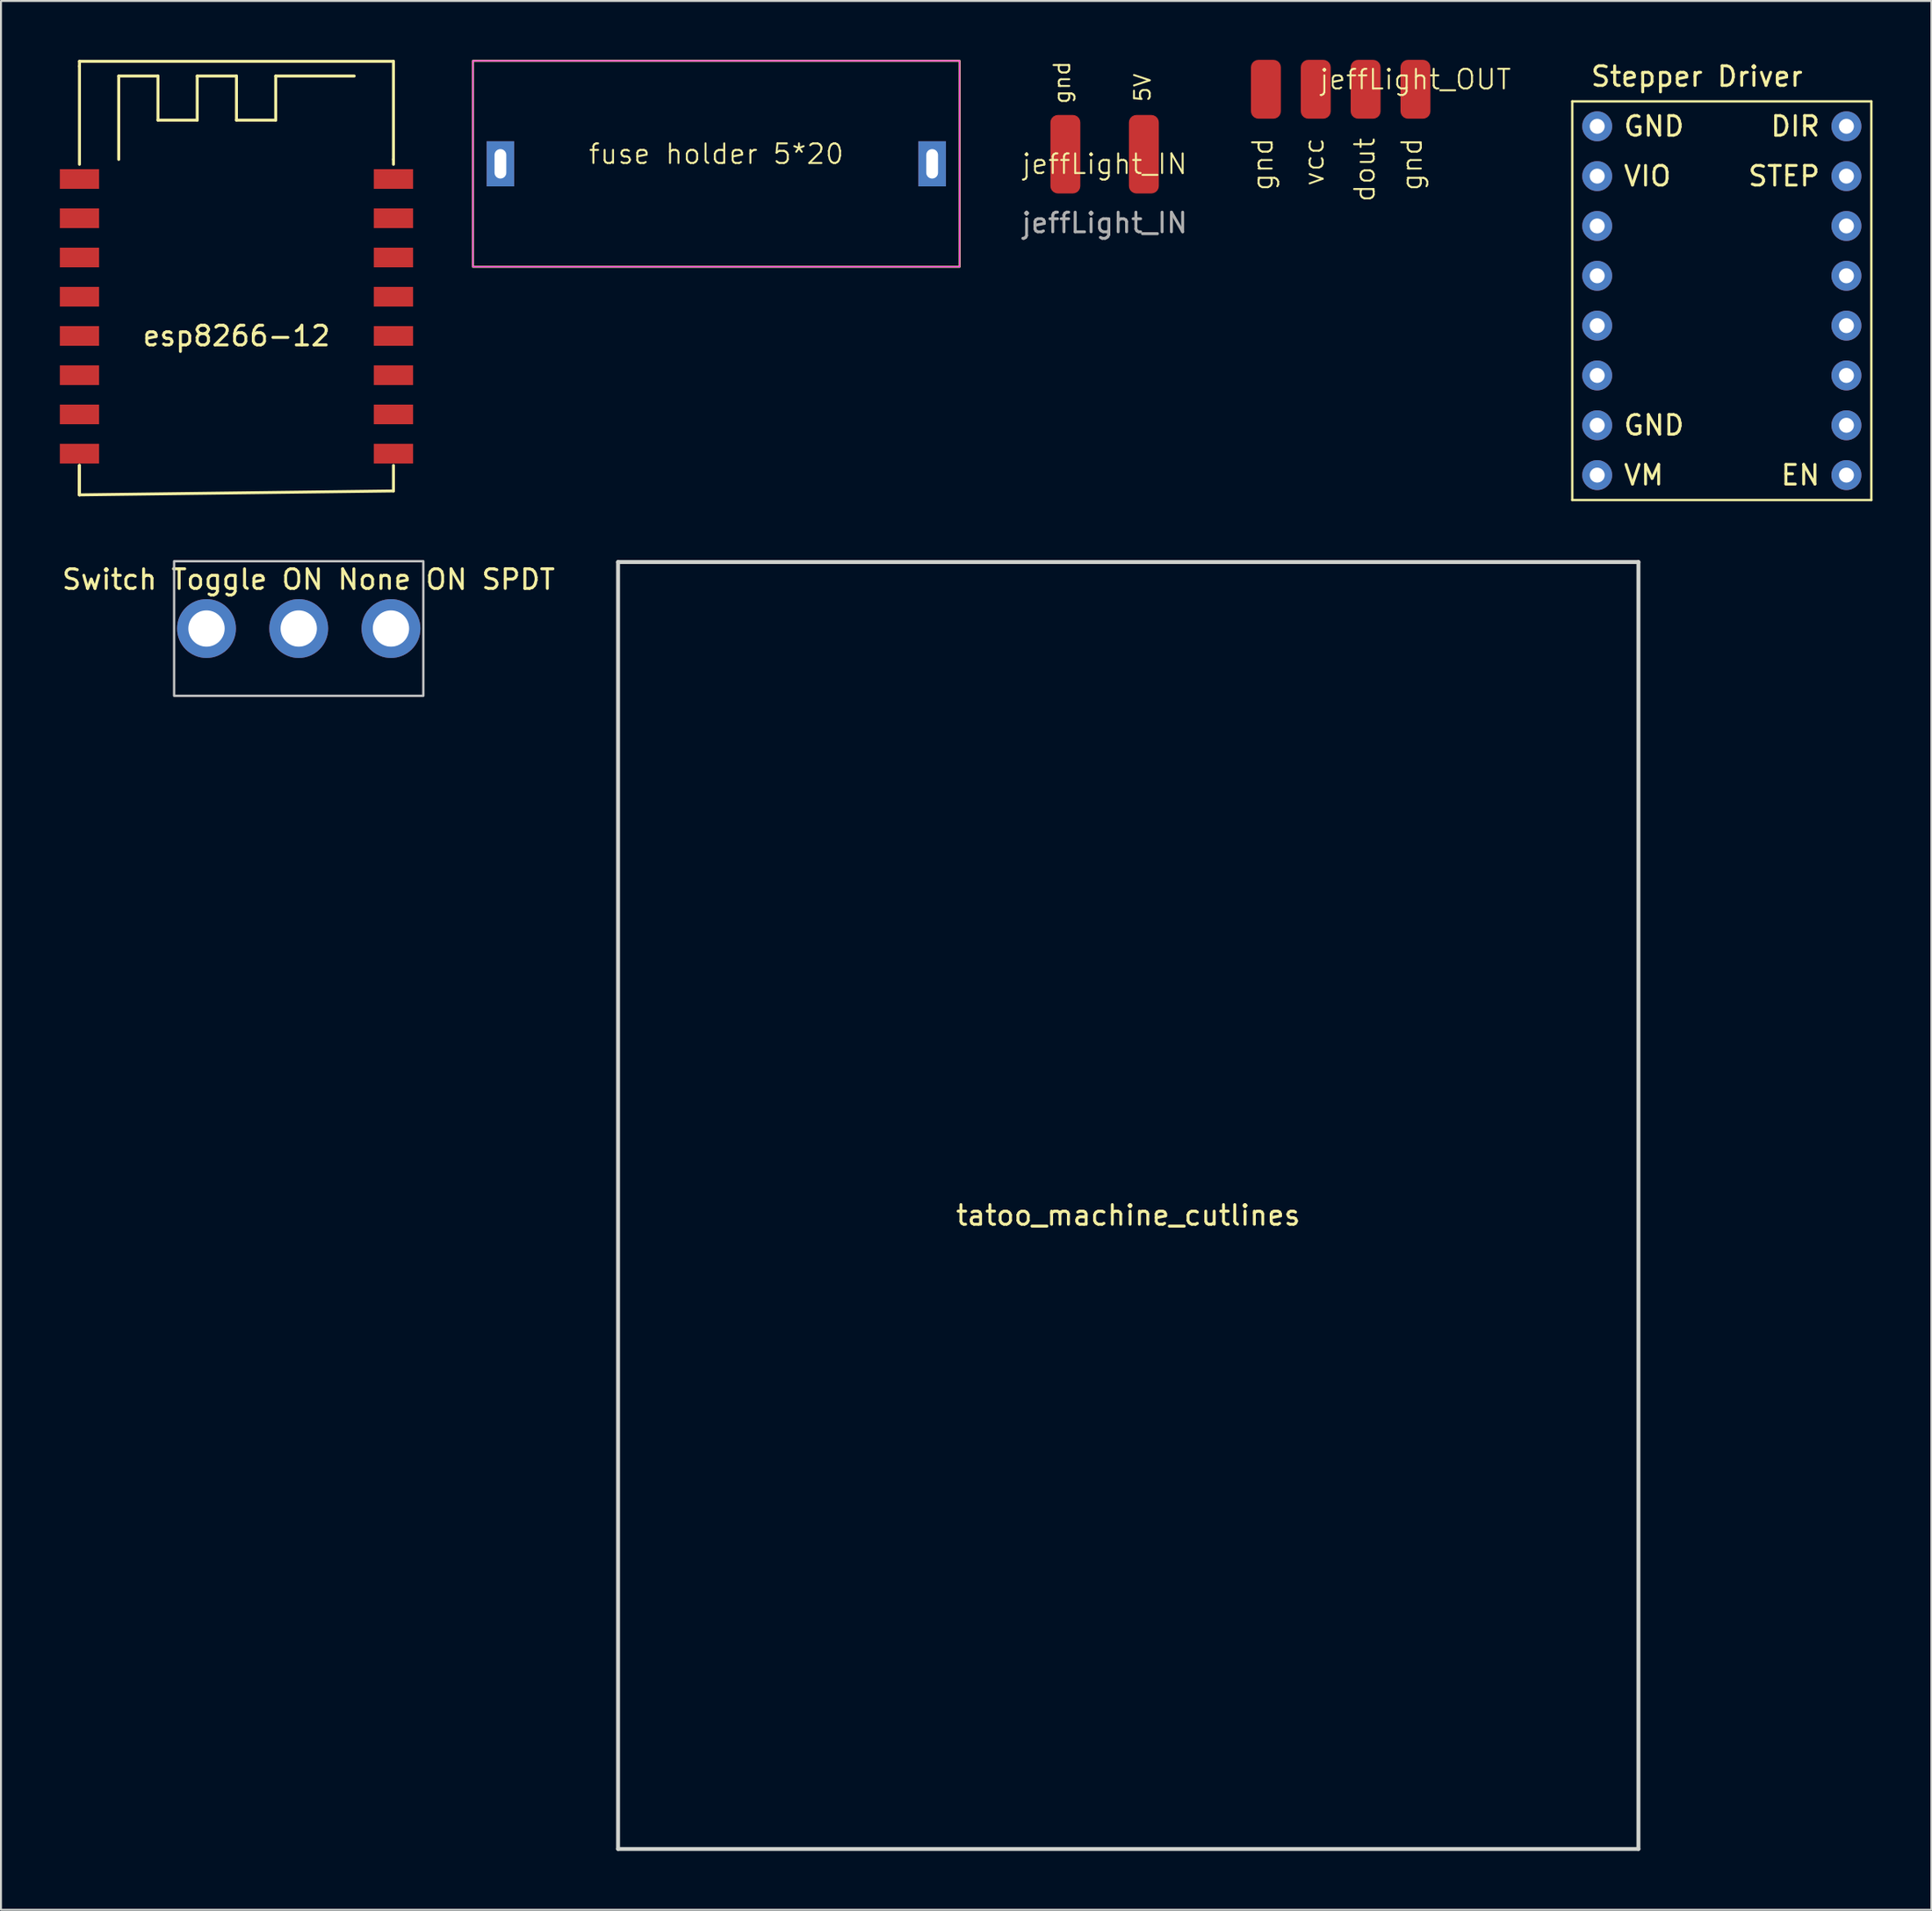
<source format=kicad_pcb>
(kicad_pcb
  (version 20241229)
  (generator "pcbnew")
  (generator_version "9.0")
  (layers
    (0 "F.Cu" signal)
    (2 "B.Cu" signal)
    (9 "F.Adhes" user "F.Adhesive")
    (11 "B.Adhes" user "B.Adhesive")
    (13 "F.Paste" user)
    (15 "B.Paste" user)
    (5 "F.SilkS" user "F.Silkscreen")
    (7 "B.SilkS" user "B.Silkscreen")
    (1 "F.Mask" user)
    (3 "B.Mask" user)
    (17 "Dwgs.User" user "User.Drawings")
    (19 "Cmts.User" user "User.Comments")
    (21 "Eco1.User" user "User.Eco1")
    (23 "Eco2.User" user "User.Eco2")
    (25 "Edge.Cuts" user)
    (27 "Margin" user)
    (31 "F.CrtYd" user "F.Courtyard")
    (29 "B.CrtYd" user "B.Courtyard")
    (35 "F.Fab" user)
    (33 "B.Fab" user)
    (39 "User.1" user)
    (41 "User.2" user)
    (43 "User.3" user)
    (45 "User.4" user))
  (footprint "jeffLight_OUT"
    (layer "F.Cu")
    (at 65.279 1.3)
    (property "Reference" "jeffLight_OUT" (at 3.8 -0.3 0) (unlocked yes) (layer "F.SilkS") (effects (font (size 1 1) (thickness 0.1))))
    (attr smd)
    (fp_text user "dout" (at 1.8 2.6 90) (unlocked yes) (layer "F.SilkS") (effects (font (size 1 1) (thickness 0.1)) (justify right bottom)))
    (fp_text user "vcc" (at -0.8 2.6 90) (unlocked yes) (layer "F.SilkS") (effects (font (size 1 1) (thickness 0.1)) (justify right bottom)))
    (fp_text user "gnd" (at -3.4 2.6 90) (unlocked yes) (layer "F.SilkS") (effects (font (size 1 1) (thickness 0.1)) (justify right bottom)))
    (fp_text user "gnd" (at 4.2 2.6 90) (unlocked yes) (layer "F.SilkS") (effects (font (size 1 1) (thickness 0.1)) (justify right bottom)))
    (pad "1" smd roundrect (at -3.82 0.2 90) (size 3 1.524) (layers "F.Cu" "F.Mask" "F.Paste") (roundrect_rratio 0.25))
    (pad "2" smd roundrect (at -1.28 0.2 90) (size 3 1.524) (layers "F.Cu" "F.Mask" "F.Paste") (roundrect_rratio 0.25))
    (pad "3" smd roundrect (at 1.26 0.2 90) (size 3 1.524) (layers "F.Cu" "F.Mask" "F.Paste") (roundrect_rratio 0.25))
    (pad "4" smd roundrect (at 3.8 0.2 90) (size 3 1.524) (layers "F.Cu" "F.Mask" "F.Paste") (roundrect_rratio 0.25)))
  (footprint "fuse holder 5*20"
    (layer "F.Cu")
    (at 33.45 5.3)
    (property "Reference" "fuse holder 5*20" (at 0 -0.5 0) (unlocked yes) (layer "F.SilkS") (effects (font (size 1 1) (thickness 0.1))))
    (attr through_hole)
    (fp_rect (start -12.4 -5.25) (end 12.4 5.25) (stroke (width 0.1) (type default)) (fill no) (layer "F.SilkS"))
    (fp_rect (start -12.4 -5.25) (end 12.4 5.25) (stroke (width 0.05) (type default)) (fill no) (layer "F.CrtYd"))
    (pad "1" thru_hole rect (at -11 0) (size 1.4 2.3) (drill oval 0.6 1.5) (layers "*.Cu" "*.Mask"))
    (pad "2" thru_hole rect (at 11 0) (size 1.4 2.3) (drill oval 0.6 1.5) (layers "*.Cu" "*.Mask")))
  (footprint "tatoo_machine_cutlines"
    (layer "F.Cu")
    (at 54.441 58.398)
    (property "Reference" "tatoo_machine_cutlines" (at 0 0.5 0) (layer "F.SilkS") (effects (font (size 1 1) (thickness 0.15))))
    (attr through_hole)
    (fp_line (start -25.996 -32.8) (end 26 -32.8) (stroke (width 0.2) (type solid)) (layer "Edge.Cuts"))
    (fp_line (start -25.996 32.799) (end -25.996 -32.8) (stroke (width 0.2) (type solid)) (layer "Edge.Cuts"))
    (fp_line (start 26 -32.8) (end 26 32.799) (stroke (width 0.2) (type solid)) (layer "Edge.Cuts"))
    (fp_line (start 26 32.799) (end -25.996 32.799) (stroke (width 0.2) (type solid)) (layer "Edge.Cuts")))
  (footprint "Stepper Driver"
    (layer "F.Cu")
    (at 84.69 3.388)
    (property "Reference" "Stepper Driver" (at -1.27 -2.54 0) (unlocked yes) (layer "F.SilkS") (effects (font (size 1 1) (thickness 0.15))))
    (attr through_hole)
    (fp_line (start -7.62 19.05) (end -7.62 -1.27) (stroke (width 0.12) (type solid)) (layer "F.SilkS"))
    (fp_line (start 7.62 -1.27) (end 7.62 19.05) (stroke (width 0.12) (type solid)) (layer "F.SilkS"))
    (fp_line (start 7.62 19.05) (end -7.62 19.05) (stroke (width 0.12) (type solid)) (layer "F.SilkS"))
    (fp_rect (start -7.62 -1.27) (end 7.62 -1.27) (stroke (width 0.12) (type solid)) (fill no) (layer "F.SilkS"))
    (fp_text user "VM" (at -5.08 17.78 0) (unlocked yes) (layer "F.SilkS") (effects (font (size 1 1) (thickness 0.15)) (justify left)))
    (fp_text user "VIO" (at -5.08 2.54 0) (unlocked yes) (layer "F.SilkS") (effects (font (size 1 1) (thickness 0.15)) (justify left)))
    (fp_text user "GND" (at -5.08 0 0) (unlocked yes) (layer "F.SilkS") (effects (font (size 1 1) (thickness 0.15)) (justify left)))
    (fp_text user "GND" (at -5.08 15.24 0) (unlocked yes) (layer "F.SilkS") (effects (font (size 1 1) (thickness 0.15)) (justify left)))
    (fp_text user "EN" (at 5.08 17.78 0) (unlocked yes) (layer "F.SilkS") (effects (font (size 1 1) (thickness 0.15)) (justify right)))
    (fp_text user "STEP" (at 5.08 2.54 0) (unlocked yes) (layer "F.SilkS") (effects (font (size 1 1) (thickness 0.15)) (justify right)))
    (fp_text user "DIR" (at 5.08 0 0) (unlocked yes) (layer "F.SilkS") (effects (font (size 1 1) (thickness 0.15)) (justify right)))
    (pad "1" thru_hole circle (at -6.35 0) (size 1.524 1.524) (drill 0.762) (layers "*.Cu" "*.Mask"))
    (pad "2" thru_hole circle (at -6.35 2.54) (size 1.524 1.524) (drill 0.762) (layers "*.Cu" "*.Mask"))
    (pad "3" thru_hole circle (at -6.35 5.08) (size 1.524 1.524) (drill 0.762) (layers "*.Cu" "*.Mask"))
    (pad "4" thru_hole circle (at -6.35 7.62) (size 1.524 1.524) (drill 0.762) (layers "*.Cu" "*.Mask"))
    (pad "5" thru_hole circle (at -6.35 10.16) (size 1.524 1.524) (drill 0.762) (layers "*.Cu" "*.Mask"))
    (pad "6" thru_hole circle (at -6.35 12.7) (size 1.524 1.524) (drill 0.762) (layers "*.Cu" "*.Mask"))
    (pad "7" thru_hole circle (at -6.35 15.24) (size 1.524 1.524) (drill 0.762) (layers "*.Cu" "*.Mask"))
    (pad "8" thru_hole circle (at -6.35 17.78) (size 1.524 1.524) (drill 0.762) (layers "*.Cu" "*.Mask"))
    (pad "9" thru_hole circle (at 6.35 17.78) (size 1.524 1.524) (drill 0.762) (layers "*.Cu" "*.Mask"))
    (pad "10" thru_hole circle (at 6.35 15.24) (size 1.524 1.524) (drill 0.762) (layers "*.Cu" "*.Mask"))
    (pad "11" thru_hole circle (at 6.35 12.7) (size 1.524 1.524) (drill 0.762) (layers "*.Cu" "*.Mask"))
    (pad "12" thru_hole circle (at 6.35 10.16) (size 1.524 1.524) (drill 0.762) (layers "*.Cu" "*.Mask"))
    (pad "13" thru_hole circle (at 6.35 7.62) (size 1.524 1.524) (drill 0.762) (layers "*.Cu" "*.Mask"))
    (pad "14" thru_hole circle (at 6.35 5.08) (size 1.524 1.524) (drill 0.762) (layers "*.Cu" "*.Mask"))
    (pad "15" thru_hole circle (at 6.35 2.54) (size 1.524 1.524) (drill 0.762) (layers "*.Cu" "*.Mask"))
    (pad "16" thru_hole circle (at 6.35 0) (size 1.524 1.524) (drill 0.762) (layers "*.Cu" "*.Mask")))
  (footprint "esp8266-12"
    (layer "F.Cu")
    (at 1 6.075)
    (property "Reference" "esp8266-12" (at 8 8 0) (layer "F.SilkS") (effects (font (size 1 1) (thickness 0.15))))
    (attr through_hole)
    (fp_line (start 0 -5.75) (end 0 -6) (stroke (width 0.15) (type solid)) (layer "F.SilkS"))
    (fp_line (start 0 -0.75) (end 0 -5.75) (stroke (width 0.15) (type solid)) (layer "F.SilkS"))
    (fp_line (start 0 14.6) (end 0 16.1) (stroke (width 0.15) (type solid)) (layer "F.SilkS"))
    (fp_line (start 0 14.6) (end 0 16.1) (stroke (width 0.15) (type solid)) (layer "F.SilkS"))
    (fp_line (start 0 16.1) (end 0 14.6) (stroke (width 0.15) (type solid)) (layer "F.SilkS"))
    (fp_line (start 0 16.1) (end 16 15.9) (stroke (width 0.15) (type solid)) (layer "F.SilkS"))
    (fp_line (start 2 -5.25) (end 2 -1) (stroke (width 0.15) (type solid)) (layer "F.SilkS"))
    (fp_line (start 2 -5.25) (end 4 -5.25) (stroke (width 0.15) (type solid)) (layer "F.SilkS"))
    (fp_line (start 4 -5.25) (end 4 -3) (stroke (width 0.15) (type solid)) (layer "F.SilkS"))
    (fp_line (start 4 -3) (end 6 -3) (stroke (width 0.15) (type solid)) (layer "F.SilkS"))
    (fp_line (start 6 -5.25) (end 6 -3) (stroke (width 0.15) (type solid)) (layer "F.SilkS"))
    (fp_line (start 6 -5.25) (end 8 -5.25) (stroke (width 0.15) (type solid)) (layer "F.SilkS"))
    (fp_line (start 8 -5.25) (end 8 -3) (stroke (width 0.15) (type solid)) (layer "F.SilkS"))
    (fp_line (start 8 -3) (end 10 -3) (stroke (width 0.15) (type solid)) (layer "F.SilkS"))
    (fp_line (start 10 -5.25) (end 10 -3) (stroke (width 0.15) (type solid)) (layer "F.SilkS"))
    (fp_line (start 10 -5.25) (end 14 -5.25) (stroke (width 0.15) (type solid)) (layer "F.SilkS"))
    (fp_line (start 16 -6) (end 0 -6) (stroke (width 0.15) (type solid)) (layer "F.SilkS"))
    (fp_line (start 16 -6) (end 16 -1) (stroke (width 0.15) (type solid)) (layer "F.SilkS"))
    (fp_line (start 16 -1) (end 16 -0.75) (stroke (width 0.15) (type solid)) (layer "F.SilkS"))
    (fp_line (start 16 15.9) (end 16 14.6) (stroke (width 0.15) (type solid)) (layer "F.SilkS"))
    (pad "1" smd rect (at 0 0) (size 2 1) (layers "F.Cu" "F.Mask" "F.Paste"))
    (pad "2" smd rect (at 0 2) (size 2 1) (layers "F.Cu" "F.Mask" "F.Paste"))
    (pad "3" smd rect (at 0 4) (size 2 1) (layers "F.Cu" "F.Mask" "F.Paste"))
    (pad "4" smd rect (at 0 6) (size 2 1) (layers "F.Cu" "F.Mask" "F.Paste"))
    (pad "5" smd rect (at 0 8) (size 2 1) (layers "F.Cu" "F.Mask" "F.Paste"))
    (pad "6" smd rect (at 0 10) (size 2 1) (layers "F.Cu" "F.Mask" "F.Paste"))
    (pad "7" smd rect (at 0 12) (size 2 1) (layers "F.Cu" "F.Mask" "F.Paste"))
    (pad "8" smd rect (at 0 14) (size 2 1) (layers "F.Cu" "F.Mask" "F.Paste"))
    (pad "9" smd rect (at 16 14) (size 2 1) (layers "F.Cu" "F.Mask" "F.Paste"))
    (pad "10" smd rect (at 16 12) (size 2 1) (layers "F.Cu" "F.Mask" "F.Paste"))
    (pad "11" smd rect (at 16 10) (size 2 1) (layers "F.Cu" "F.Mask" "F.Paste"))
    (pad "12" smd rect (at 16 8) (size 2 1) (layers "F.Cu" "F.Mask" "F.Paste"))
    (pad "13" smd rect (at 16 6) (size 2 1) (layers "F.Cu" "F.Mask" "F.Paste"))
    (pad "14" smd rect (at 16 4) (size 2 1) (layers "F.Cu" "F.Mask" "F.Paste"))
    (pad "15" smd rect (at 16 2) (size 2 1) (layers "F.Cu" "F.Mask" "F.Paste"))
    (pad "16" smd rect (at 16 0) (size 2 1) (layers "F.Cu" "F.Mask" "F.Paste")))
  (footprint "jeffLight_IN"
    (layer "F.Cu")
    (at 53.239 5.811)
    (property "Reference" "jeffLight_IN" (at 0 -0.5 0) (unlocked yes) (layer "F.SilkS") (effects (font (size 1 1) (thickness 0.1))))
    (attr smd)
    (fp_text user "gnd" (at -1.7 -3.5 90) (unlocked yes) (layer "F.SilkS") (effects (font (size 0.8 0.8) (thickness 0.1)) (justify left bottom)))
    (fp_text user "5V" (at 2.4 -3.6 90) (unlocked yes) (layer "F.SilkS") (effects (font (size 0.8 0.8) (thickness 0.1)) (justify left bottom)))
    (fp_text user "${REFERENCE}" (at 0 2.5 0) (unlocked yes) (layer "F.Fab") (effects (font (size 1 1) (thickness 0.15))))
    (pad "1" smd roundrect (at -2 -1 90) (size 4 1.524) (layers "F.Cu" "F.Mask" "F.Paste") (roundrect_rratio 0.25))
    (pad "2" smd roundrect (at 2 -1 90) (size 4 1.524) (layers "F.Cu" "F.Mask" "F.Paste") (roundrect_rratio 0.25)))
  (footprint "Switch Toggle ON None ON SPDT"
    (layer "F.Cu")
    (at 12.173 28.988)
    (property "Reference" "Switch Toggle ON None ON SPDT" (at 0.5 -2.5 0) (unlocked yes) (layer "F.SilkS") (effects (font (size 1 1) (thickness 0.15))))
    (attr through_hole)
    (fp_rect (start -6.35 -3.43) (end 6.35 3.43) (stroke (width 0.12) (type solid)) (fill no) (layer "Dwgs.User"))
    (pad "1" thru_hole circle (at -4.7 0) (size 3 3) (drill 1.85) (layers "*.Cu" "*.Mask"))
    (pad "2" thru_hole circle (at 0 0) (size 3 3) (drill 1.85) (layers "*.Cu" "*.Mask"))
    (pad "3" thru_hole circle (at 4.7 0) (size 3 3) (drill 1.85) (layers "*.Cu" "*.Mask")))
  (gr_rect
    (start -3 -3)
    (end 95.37 94.297)
    (stroke (width 0.1) (type default))
    (fill no)
    (layer "Edge.Cuts")))
</source>
